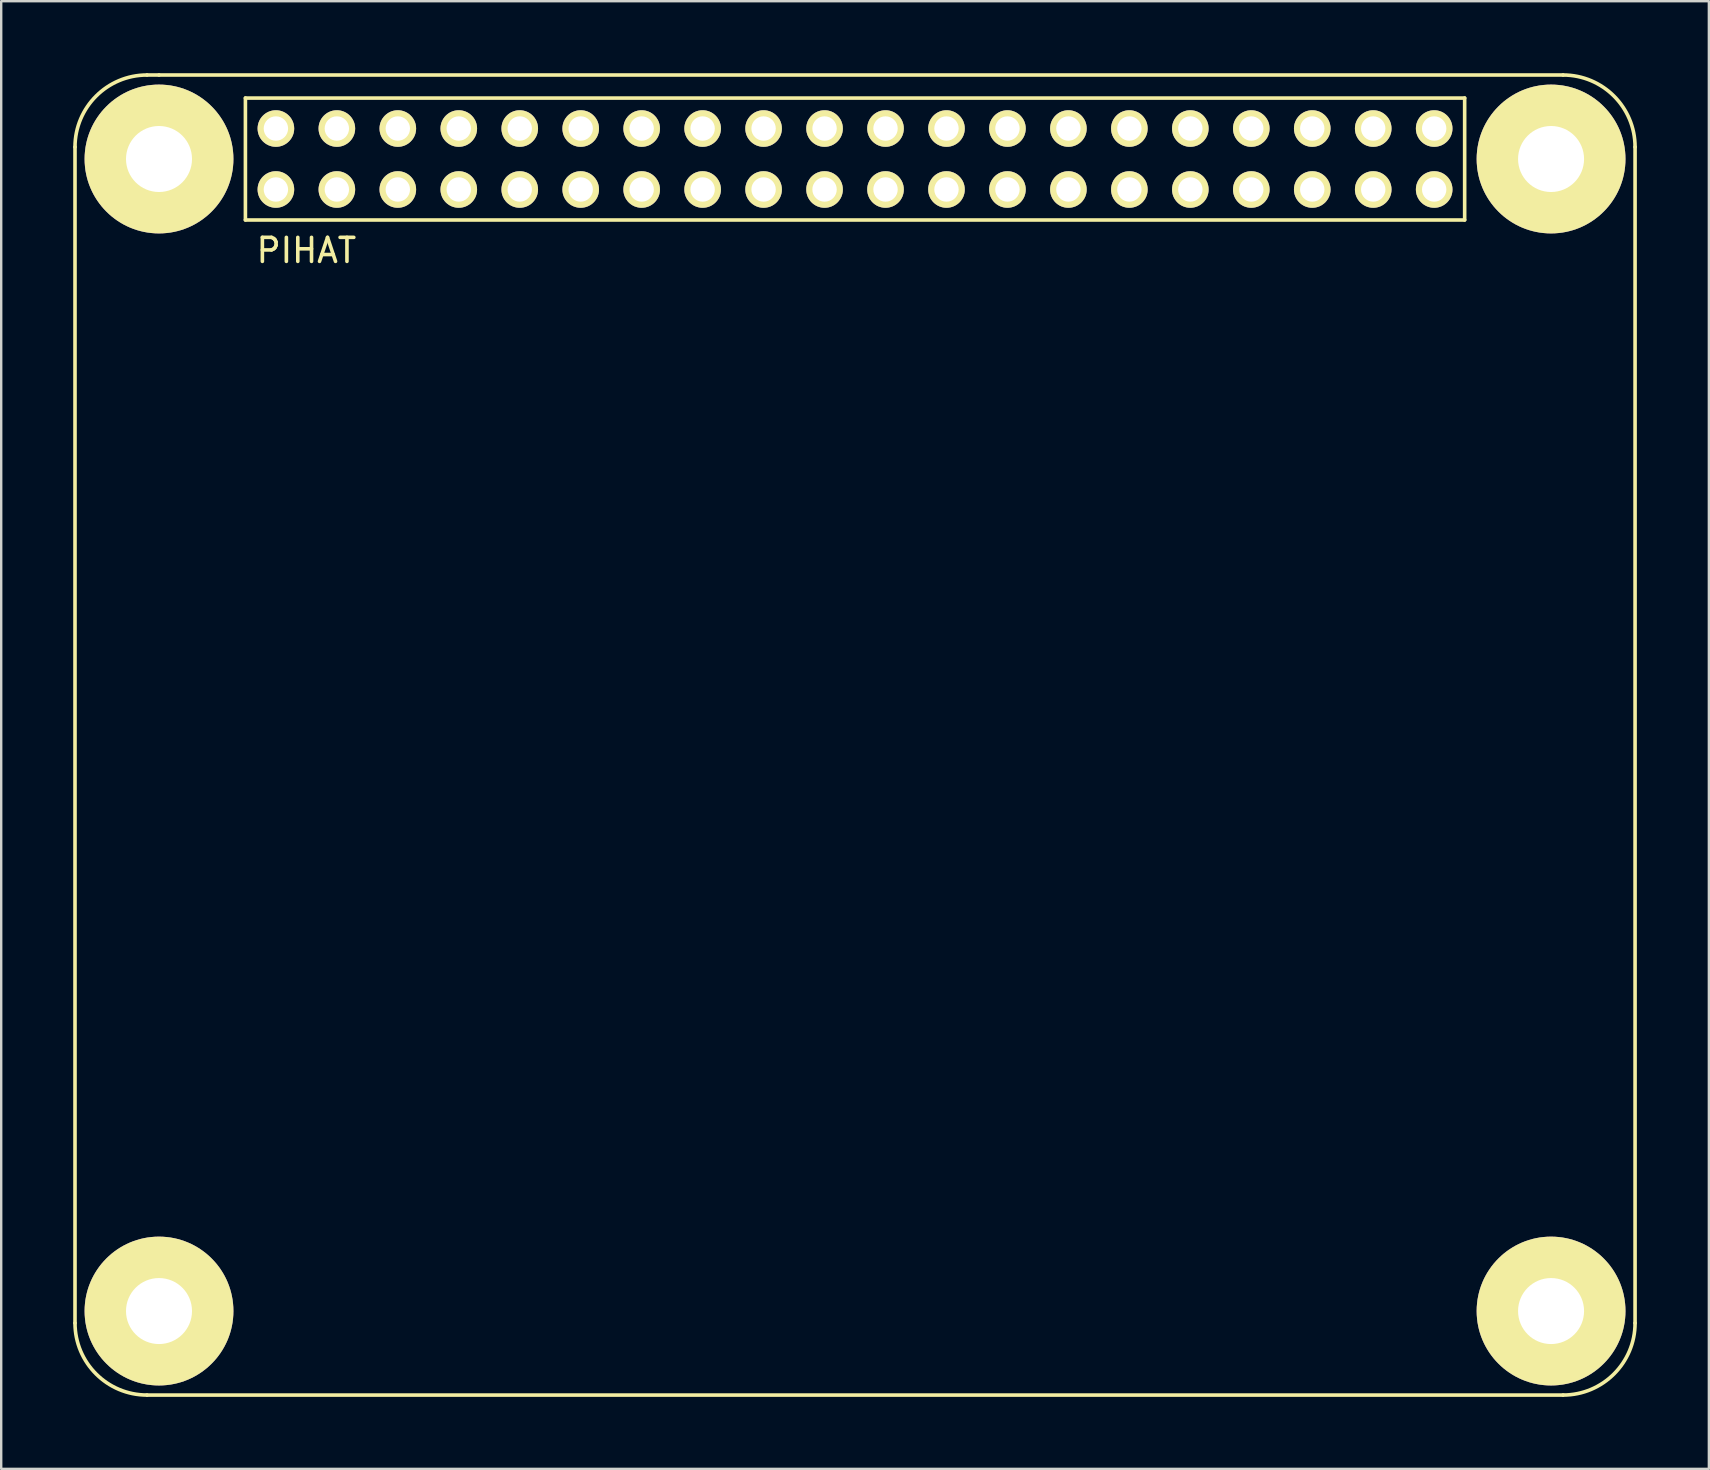
<source format=kicad_pcb>
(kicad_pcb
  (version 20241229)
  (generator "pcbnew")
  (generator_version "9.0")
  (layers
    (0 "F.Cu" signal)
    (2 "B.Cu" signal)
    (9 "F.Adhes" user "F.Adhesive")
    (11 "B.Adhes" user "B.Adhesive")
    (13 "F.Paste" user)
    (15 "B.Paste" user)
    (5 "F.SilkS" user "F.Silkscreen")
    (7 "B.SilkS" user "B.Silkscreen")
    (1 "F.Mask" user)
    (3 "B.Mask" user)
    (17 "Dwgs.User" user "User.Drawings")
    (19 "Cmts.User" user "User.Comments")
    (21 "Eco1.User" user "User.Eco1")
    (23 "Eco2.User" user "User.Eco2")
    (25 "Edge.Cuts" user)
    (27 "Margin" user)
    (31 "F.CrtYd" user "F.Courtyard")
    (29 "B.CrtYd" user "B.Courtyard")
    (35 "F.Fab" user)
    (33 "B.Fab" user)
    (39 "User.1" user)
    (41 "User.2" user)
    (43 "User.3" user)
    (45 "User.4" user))
  (footprint "PIHAT"
    (layer "F.Cu")
    (at 32.575 3.575)
    (property "Reference" "PIHAT" (at -22.86 3.81 0) (layer "F.SilkS") (effects (font (size 1 1) (thickness 0.15))))
    (attr through_hole)
    (fp_line (start -32.5 -0.5) (end -32.5 48.5) (stroke (width 0.15) (type solid)) (layer "F.SilkS"))
    (fp_line (start -29 -3.5) (end -29.5 -3.5) (stroke (width 0.15) (type solid)) (layer "F.SilkS"))
    (fp_line (start -25.4 -2.54) (end -25.4 2.54) (stroke (width 0.15) (type solid)) (layer "F.SilkS"))
    (fp_line (start -25.4 2.54) (end 25.4 2.54) (stroke (width 0.15) (type solid)) (layer "F.SilkS"))
    (fp_line (start 25.4 -2.54) (end -25.4 -2.54) (stroke (width 0.15) (type solid)) (layer "F.SilkS"))
    (fp_line (start 25.4 2.54) (end 25.4 -2.54) (stroke (width 0.15) (type solid)) (layer "F.SilkS"))
    (fp_line (start 29.5 -3.5) (end -29 -3.5) (stroke (width 0.15) (type solid)) (layer "F.SilkS"))
    (fp_line (start 29.5 51.5) (end -29.5 51.5) (stroke (width 0.15) (type solid)) (layer "F.SilkS"))
    (fp_line (start 32.5 48.5) (end 32.5 -0.5) (stroke (width 0.15) (type solid)) (layer "F.SilkS"))
    (fp_arc (start -32.5 -0.5) (mid -31.62132 -2.62132) (end -29.5 -3.5) (stroke (width 0.15) (type solid)) (layer "F.SilkS"))
    (fp_arc (start -29.5 51.5) (mid -31.62132 50.62132) (end -32.5 48.5) (stroke (width 0.15) (type solid)) (layer "F.SilkS"))
    (fp_arc (start 29.5 -3.5) (mid 31.62132 -2.62132) (end 32.5 -0.5) (stroke (width 0.15) (type solid)) (layer "F.SilkS"))
    (fp_arc (start 32.5 48.5) (mid 31.62132 50.62132) (end 29.5 51.5) (stroke (width 0.15) (type solid)) (layer "F.SilkS"))
    (pad "" np_thru_hole circle (at -29 0) (size 6.2 6.2) (drill 2.75) (layers "*.Cu" "*.Mask" "F.SilkS"))
    (pad "" np_thru_hole circle (at -29 48) (size 6.2 6.2) (drill 2.75) (layers "*.Cu" "*.Mask" "F.SilkS"))
    (pad "" np_thru_hole circle (at 29 0) (size 6.2 6.2) (drill 2.75) (layers "*.Cu" "*.Mask" "F.SilkS"))
    (pad "" np_thru_hole circle (at 29 48) (size 6.2 6.2) (drill 2.75) (layers "*.Cu" "*.Mask" "F.SilkS"))
    (pad "1" thru_hole circle (at -24.13 1.27) (size 1.524 1.524) (drill 1.016) (layers "*.Cu" "*.Mask" "F.SilkS"))
    (pad "2" thru_hole circle (at -24.13 -1.27) (size 1.524 1.524) (drill 1.016) (layers "*.Cu" "*.Mask" "F.SilkS"))
    (pad "3" thru_hole circle (at -21.59 1.27) (size 1.524 1.524) (drill 1.016) (layers "*.Cu" "*.Mask" "F.SilkS"))
    (pad "4" thru_hole circle (at -21.59 -1.27) (size 1.524 1.524) (drill 1.016) (layers "*.Cu" "*.Mask" "F.SilkS"))
    (pad "5" thru_hole circle (at -19.05 1.27) (size 1.524 1.524) (drill 1.016) (layers "*.Cu" "*.Mask" "F.SilkS"))
    (pad "6" thru_hole circle (at -19.05 -1.27) (size 1.524 1.524) (drill 1.016) (layers "*.Cu" "*.Mask" "F.SilkS"))
    (pad "7" thru_hole circle (at -16.51 1.27) (size 1.524 1.524) (drill 1.016) (layers "*.Cu" "*.Mask" "F.SilkS"))
    (pad "8" thru_hole circle (at -16.51 -1.27) (size 1.524 1.524) (drill 1.016) (layers "*.Cu" "*.Mask" "F.SilkS"))
    (pad "9" thru_hole circle (at -13.97 1.27) (size 1.524 1.524) (drill 1.016) (layers "*.Cu" "*.Mask" "F.SilkS"))
    (pad "10" thru_hole circle (at -13.97 -1.27) (size 1.524 1.524) (drill 1.016) (layers "*.Cu" "*.Mask" "F.SilkS"))
    (pad "11" thru_hole circle (at -11.43 1.27) (size 1.524 1.524) (drill 1.016) (layers "*.Cu" "*.Mask" "F.SilkS"))
    (pad "12" thru_hole circle (at -11.43 -1.27) (size 1.524 1.524) (drill 1.016) (layers "*.Cu" "*.Mask" "F.SilkS"))
    (pad "13" thru_hole circle (at -8.89 1.27) (size 1.524 1.524) (drill 1.016) (layers "*.Cu" "*.Mask" "F.SilkS"))
    (pad "14" thru_hole circle (at -8.89 -1.27) (size 1.524 1.524) (drill 1.016) (layers "*.Cu" "*.Mask" "F.SilkS"))
    (pad "15" thru_hole circle (at -6.35 1.27) (size 1.524 1.524) (drill 1.016) (layers "*.Cu" "*.Mask" "F.SilkS"))
    (pad "16" thru_hole circle (at -6.35 -1.27) (size 1.524 1.524) (drill 1.016) (layers "*.Cu" "*.Mask" "F.SilkS"))
    (pad "17" thru_hole circle (at -3.81 1.27) (size 1.524 1.524) (drill 1.016) (layers "*.Cu" "*.Mask" "F.SilkS"))
    (pad "18" thru_hole circle (at -3.81 -1.27) (size 1.524 1.524) (drill 1.016) (layers "*.Cu" "*.Mask" "F.SilkS"))
    (pad "19" thru_hole circle (at -1.27 1.27) (size 1.524 1.524) (drill 1.016) (layers "*.Cu" "*.Mask" "F.SilkS"))
    (pad "20" thru_hole circle (at -1.27 -1.27) (size 1.524 1.524) (drill 1.016) (layers "*.Cu" "*.Mask" "F.SilkS"))
    (pad "21" thru_hole circle (at 1.27 1.27) (size 1.524 1.524) (drill 1.016) (layers "*.Cu" "*.Mask" "F.SilkS"))
    (pad "22" thru_hole circle (at 1.27 -1.27) (size 1.524 1.524) (drill 1.016) (layers "*.Cu" "*.Mask" "F.SilkS"))
    (pad "23" thru_hole circle (at 3.81 1.27) (size 1.524 1.524) (drill 1.016) (layers "*.Cu" "*.Mask" "F.SilkS"))
    (pad "24" thru_hole circle (at 3.81 -1.27) (size 1.524 1.524) (drill 1.016) (layers "*.Cu" "*.Mask" "F.SilkS"))
    (pad "25" thru_hole circle (at 6.35 1.27) (size 1.524 1.524) (drill 1.016) (layers "*.Cu" "*.Mask" "F.SilkS"))
    (pad "26" thru_hole circle (at 6.35 -1.27) (size 1.524 1.524) (drill 1.016) (layers "*.Cu" "*.Mask" "F.SilkS"))
    (pad "27" thru_hole circle (at 8.89 1.27) (size 1.524 1.524) (drill 1.016) (layers "*.Cu" "*.Mask" "F.SilkS"))
    (pad "28" thru_hole circle (at 8.89 -1.27) (size 1.524 1.524) (drill 1.016) (layers "*.Cu" "*.Mask" "F.SilkS"))
    (pad "29" thru_hole circle (at 11.43 1.27) (size 1.524 1.524) (drill 1.016) (layers "*.Cu" "*.Mask" "F.SilkS"))
    (pad "30" thru_hole circle (at 11.43 -1.27) (size 1.524 1.524) (drill 1.016) (layers "*.Cu" "*.Mask" "F.SilkS"))
    (pad "31" thru_hole circle (at 13.97 1.27) (size 1.524 1.524) (drill 1.016) (layers "*.Cu" "*.Mask" "F.SilkS"))
    (pad "32" thru_hole circle (at 13.97 -1.27) (size 1.524 1.524) (drill 1.016) (layers "*.Cu" "*.Mask" "F.SilkS"))
    (pad "33" thru_hole circle (at 16.51 1.27) (size 1.524 1.524) (drill 1.016) (layers "*.Cu" "*.Mask" "F.SilkS"))
    (pad "34" thru_hole circle (at 16.51 -1.27) (size 1.524 1.524) (drill 1.016) (layers "*.Cu" "*.Mask" "F.SilkS"))
    (pad "35" thru_hole circle (at 19.05 1.27) (size 1.524 1.524) (drill 1.016) (layers "*.Cu" "*.Mask" "F.SilkS"))
    (pad "36" thru_hole circle (at 19.05 -1.27) (size 1.524 1.524) (drill 1.016) (layers "*.Cu" "*.Mask" "F.SilkS"))
    (pad "37" thru_hole circle (at 21.59 1.27) (size 1.524 1.524) (drill 1.016) (layers "*.Cu" "*.Mask" "F.SilkS"))
    (pad "38" thru_hole circle (at 21.59 -1.27) (size 1.524 1.524) (drill 1.016) (layers "*.Cu" "*.Mask" "F.SilkS"))
    (pad "39" thru_hole circle (at 24.13 1.27) (size 1.524 1.524) (drill 1.016) (layers "*.Cu" "*.Mask" "F.SilkS"))
    (pad "40" thru_hole circle (at 24.13 -1.27) (size 1.524 1.524) (drill 1.016) (layers "*.Cu" "*.Mask" "F.SilkS")))
  (gr_rect
    (start -3 -3)
    (end 68.15 58.15)
    (stroke (width 0.1) (type default))
    (fill no)
    (layer "Edge.Cuts")))
</source>
